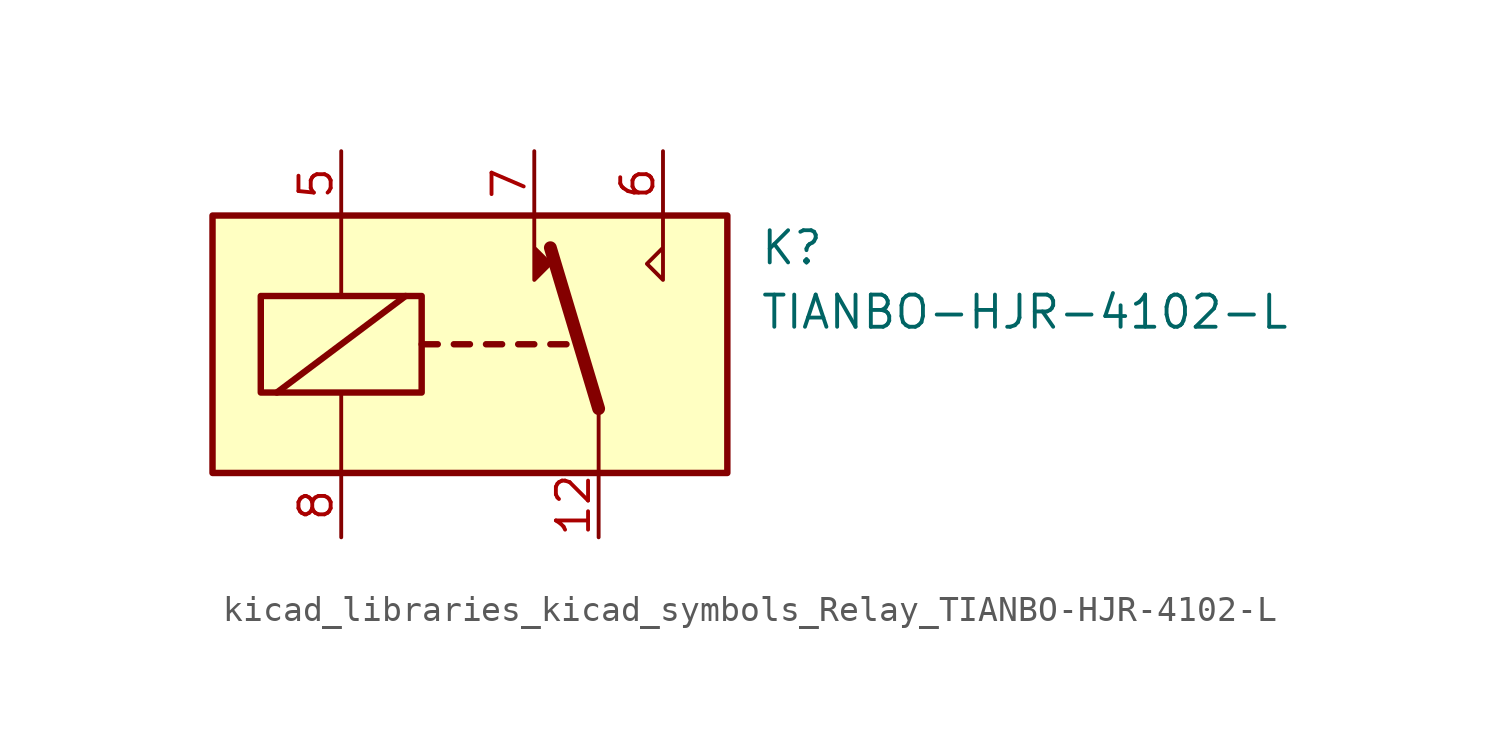
<source format=kicad_sym>
(kicad_symbol_lib
  (version 20220914)
  (generator kicad_symbol_editor)
  (symbol "kicad_libraries_kicad_symbols_Relay_TIANBO-HJR-4102-L"
    (property "Reference" "K"
      (at 11.43 3.81 0)
      (effects (font (size 1.27 1.27)) (justify left)))
    (property "Value" "TIANBO-HJR-4102-L"
      (at 11.43 1.27 0)
      (effects (font (size 1.27 1.27)) (justify left)))
    (symbol "kicad_libraries_kicad_symbols_Relay_TIANBO-HJR-4102-L_0_0"
      (polyline (pts (xy 7.62 5.08) (xy 7.62 2.54) (xy 6.985 3.175) (xy 7.62 3.81)) (stroke (width 0) (type default)) (fill (type none))))
    (symbol "kicad_libraries_kicad_symbols_Relay_TIANBO-HJR-4102-L_0_1"
      (rectangle (start -10.16 5.08) (end 10.16 -5.08) (stroke (width 0.254) (type default)) (fill (type background)))
      (rectangle (start -8.255 1.905) (end -1.905 -1.905) (stroke (width 0.254) (type default)) (fill (type none)))
      (polyline (pts (xy -7.62 -1.905) (xy -2.54 1.905)) (stroke (width 0.254) (type default)) (fill (type none)))
      (polyline (pts (xy -5.08 -5.08) (xy -5.08 -1.905)) (stroke (width 0) (type default)) (fill (type none)))
      (polyline (pts (xy -5.08 5.08) (xy -5.08 1.905)) (stroke (width 0) (type default)) (fill (type none)))
      (polyline (pts (xy -1.905 0) (xy -1.27 0)) (stroke (width 0.254) (type default)) (fill (type none)))
      (polyline (pts (xy -0.635 0) (xy 0 0)) (stroke (width 0.254) (type default)) (fill (type none)))
      (polyline (pts (xy 0.635 0) (xy 1.27 0)) (stroke (width 0.254) (type default)) (fill (type none)))
      (polyline (pts (xy 1.905 0) (xy 2.54 0)) (stroke (width 0.254) (type default)) (fill (type none)))
      (polyline (pts (xy 3.175 0) (xy 3.81 0)) (stroke (width 0.254) (type default)) (fill (type none)))
      (polyline (pts (xy 5.08 -2.54) (xy 3.175 3.81)) (stroke (width 0.508) (type default)) (fill (type none)))
      (polyline (pts (xy 5.08 -2.54) (xy 5.08 -5.08)) (stroke (width 0) (type default)) (fill (type none)))
      (polyline (pts (xy 2.54 5.08) (xy 2.54 2.54) (xy 3.175 3.175) (xy 2.54 3.81)) (stroke (width 0) (type default)) (fill (type outline))))
    (symbol "kicad_libraries_kicad_symbols_Relay_TIANBO-HJR-4102-L_1_1"
      (pin passive line (at 5.08 -7.62 90) (length 2.54) (name "~" (effects (font (size 1.27 1.27)))) (number "12" (effects (font (size 1.27 1.27)))))
      (pin passive line (at -5.08 7.62 270) (length 2.54) (name "~" (effects (font (size 1.27 1.27)))) (number "5" (effects (font (size 1.27 1.27)))))
      (pin passive line (at 7.62 7.62 270) (length 2.54) (name "~" (effects (font (size 1.27 1.27)))) (number "6" (effects (font (size 1.27 1.27)))))
      (pin passive line (at 2.54 7.62 270) (length 2.54) (name "~" (effects (font (size 1.27 1.27)))) (number "7" (effects (font (size 1.27 1.27)))))
      (pin passive line (at -5.08 -7.62 90) (length 2.54) (name "~" (effects (font (size 1.27 1.27)))) (number "8" (effects (font (size 1.27 1.27))))))))
</source>
